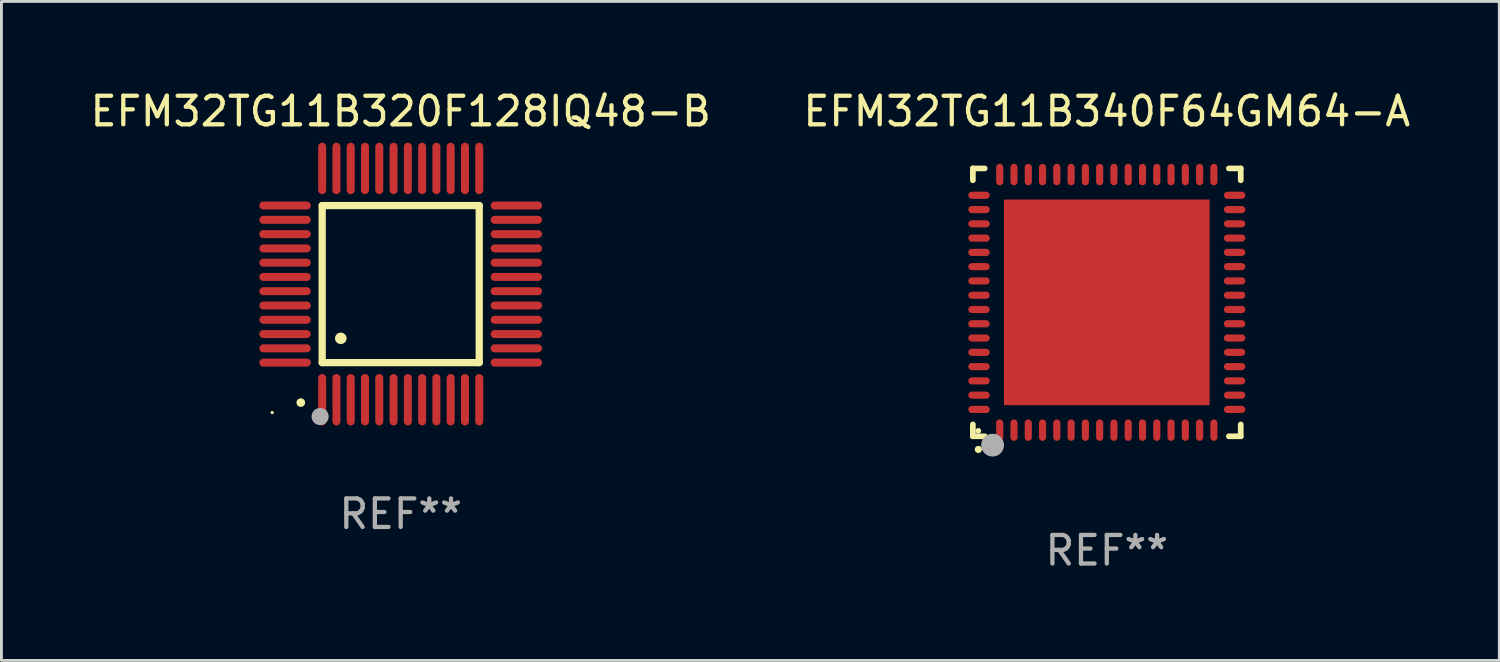
<source format=kicad_pcb>
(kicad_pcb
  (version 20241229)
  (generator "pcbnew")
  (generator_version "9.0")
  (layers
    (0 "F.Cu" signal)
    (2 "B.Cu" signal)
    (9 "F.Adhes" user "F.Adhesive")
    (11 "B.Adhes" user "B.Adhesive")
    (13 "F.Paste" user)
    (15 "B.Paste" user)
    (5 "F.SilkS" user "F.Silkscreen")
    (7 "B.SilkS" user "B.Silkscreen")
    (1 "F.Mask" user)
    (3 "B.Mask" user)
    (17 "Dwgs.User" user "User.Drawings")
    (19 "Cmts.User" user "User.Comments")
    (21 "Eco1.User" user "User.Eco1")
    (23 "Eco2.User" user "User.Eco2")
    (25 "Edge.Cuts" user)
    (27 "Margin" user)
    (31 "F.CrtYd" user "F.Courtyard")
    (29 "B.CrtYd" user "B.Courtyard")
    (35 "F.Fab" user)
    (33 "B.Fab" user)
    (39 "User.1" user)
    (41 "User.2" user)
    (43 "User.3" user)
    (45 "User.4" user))
  (footprint "EFM32TG11B320F128IQ48-B"
    (layer "F.Cu")
    (at 10.982 6.898)
    (property "Reference" "EFM32TG11B320F128IQ48-B" (at 0 -6.05 0) (layer "F.SilkS") (effects (font (size 1 1) (thickness 0.15))))
    (attr through_hole)
    (fp_line (start -2.75 -2.75) (end 2.75 -2.75) (stroke (width 0.254) (type solid)) (layer "F.SilkS"))
    (fp_line (start -2.75 2.75) (end -2.75 -2.75) (stroke (width 0.254) (type solid)) (layer "F.SilkS"))
    (fp_line (start 2.75 -2.75) (end 2.75 2.75) (stroke (width 0.254) (type solid)) (layer "F.SilkS"))
    (fp_line (start 2.75 2.75) (end -2.75 2.75) (stroke (width 0.254) (type solid)) (layer "F.SilkS"))
    (fp_arc (start -3.500127 4.150368) (mid -3.498857 4.150363) (end -3.497587 4.150368) (stroke (width 0.3) (type solid)) (layer "F.SilkS"))
    (fp_arc (start -2.100584 1.899924) (mid -2.098044 1.899908) (end -2.095504 1.899924) (stroke (width 0.4) (type solid)) (layer "F.SilkS"))
    (fp_circle (center -4.5 4.5) (end -4.47 4.5) (stroke (width 0.06) (type solid)) (fill no) (layer "F.SilkS"))
    (fp_circle (center -2.822 4.638) (end -2.672 4.638) (stroke (width 0.3) (type solid)) (fill no) (layer "F.Fab"))
    (fp_text user "REF**" (at 0 8.05 0) (layer "F.Fab") (effects (font (size 1 1) (thickness 0.15))))
    (pad "1" smd oval (at -2.75 4.05) (size 0.28 1.8) (layers "F.Cu" "F.Mask" "F.Paste"))
    (pad "2" smd oval (at -2.25 4.05) (size 0.28 1.8) (layers "F.Cu" "F.Mask" "F.Paste"))
    (pad "3" smd oval (at -1.75 4.05) (size 0.28 1.8) (layers "F.Cu" "F.Mask" "F.Paste"))
    (pad "4" smd oval (at -1.25 4.05) (size 0.28 1.8) (layers "F.Cu" "F.Mask" "F.Paste"))
    (pad "5" smd oval (at -0.75 4.05) (size 0.28 1.8) (layers "F.Cu" "F.Mask" "F.Paste"))
    (pad "6" smd oval (at -0.25 4.05) (size 0.28 1.8) (layers "F.Cu" "F.Mask" "F.Paste"))
    (pad "7" smd oval (at 0.25 4.05) (size 0.28 1.8) (layers "F.Cu" "F.Mask" "F.Paste"))
    (pad "8" smd oval (at 0.75 4.05) (size 0.28 1.8) (layers "F.Cu" "F.Mask" "F.Paste"))
    (pad "9" smd oval (at 1.25 4.05) (size 0.28 1.8) (layers "F.Cu" "F.Mask" "F.Paste"))
    (pad "10" smd oval (at 1.75 4.05) (size 0.28 1.8) (layers "F.Cu" "F.Mask" "F.Paste"))
    (pad "11" smd oval (at 2.25 4.05) (size 0.28 1.8) (layers "F.Cu" "F.Mask" "F.Paste"))
    (pad "12" smd oval (at 2.75 4.05) (size 0.28 1.8) (layers "F.Cu" "F.Mask" "F.Paste"))
    (pad "13" smd oval (at 4.05 2.75) (size 1.8 0.28) (layers "F.Cu" "F.Mask" "F.Paste"))
    (pad "14" smd oval (at 4.05 2.25) (size 1.8 0.28) (layers "F.Cu" "F.Mask" "F.Paste"))
    (pad "15" smd oval (at 4.05 1.75) (size 1.8 0.28) (layers "F.Cu" "F.Mask" "F.Paste"))
    (pad "16" smd oval (at 4.05 1.25) (size 1.8 0.28) (layers "F.Cu" "F.Mask" "F.Paste"))
    (pad "17" smd oval (at 4.05 0.75) (size 1.8 0.28) (layers "F.Cu" "F.Mask" "F.Paste"))
    (pad "18" smd oval (at 4.05 0.25) (size 1.8 0.28) (layers "F.Cu" "F.Mask" "F.Paste"))
    (pad "19" smd oval (at 4.05 -0.25) (size 1.8 0.28) (layers "F.Cu" "F.Mask" "F.Paste"))
    (pad "20" smd oval (at 4.05 -0.75) (size 1.8 0.28) (layers "F.Cu" "F.Mask" "F.Paste"))
    (pad "21" smd oval (at 4.05 -1.25) (size 1.8 0.28) (layers "F.Cu" "F.Mask" "F.Paste"))
    (pad "22" smd oval (at 4.05 -1.75) (size 1.8 0.28) (layers "F.Cu" "F.Mask" "F.Paste"))
    (pad "23" smd oval (at 4.05 -2.25) (size 1.8 0.28) (layers "F.Cu" "F.Mask" "F.Paste"))
    (pad "24" smd oval (at 4.05 -2.75) (size 1.8 0.28) (layers "F.Cu" "F.Mask" "F.Paste"))
    (pad "25" smd oval (at 2.75 -4.05) (size 0.28 1.8) (layers "F.Cu" "F.Mask" "F.Paste"))
    (pad "26" smd oval (at 2.25 -4.05) (size 0.28 1.8) (layers "F.Cu" "F.Mask" "F.Paste"))
    (pad "27" smd oval (at 1.75 -4.05) (size 0.28 1.8) (layers "F.Cu" "F.Mask" "F.Paste"))
    (pad "28" smd oval (at 1.25 -4.05) (size 0.28 1.8) (layers "F.Cu" "F.Mask" "F.Paste"))
    (pad "29" smd oval (at 0.75 -4.05) (size 0.28 1.8) (layers "F.Cu" "F.Mask" "F.Paste"))
    (pad "30" smd oval (at 0.25 -4.05) (size 0.28 1.8) (layers "F.Cu" "F.Mask" "F.Paste"))
    (pad "31" smd oval (at -0.25 -4.05) (size 0.28 1.8) (layers "F.Cu" "F.Mask" "F.Paste"))
    (pad "32" smd oval (at -0.75 -4.05) (size 0.28 1.8) (layers "F.Cu" "F.Mask" "F.Paste"))
    (pad "33" smd oval (at -1.25 -4.05) (size 0.28 1.8) (layers "F.Cu" "F.Mask" "F.Paste"))
    (pad "34" smd oval (at -1.75 -4.05) (size 0.28 1.8) (layers "F.Cu" "F.Mask" "F.Paste"))
    (pad "35" smd oval (at -2.25 -4.05) (size 0.28 1.8) (layers "F.Cu" "F.Mask" "F.Paste"))
    (pad "36" smd oval (at -2.75 -4.05) (size 0.28 1.8) (layers "F.Cu" "F.Mask" "F.Paste"))
    (pad "37" smd oval (at -4.05 -2.75) (size 1.8 0.28) (layers "F.Cu" "F.Mask" "F.Paste"))
    (pad "38" smd oval (at -4.05 -2.25) (size 1.8 0.28) (layers "F.Cu" "F.Mask" "F.Paste"))
    (pad "39" smd oval (at -4.05 -1.75) (size 1.8 0.28) (layers "F.Cu" "F.Mask" "F.Paste"))
    (pad "40" smd oval (at -4.05 -1.25) (size 1.8 0.28) (layers "F.Cu" "F.Mask" "F.Paste"))
    (pad "41" smd oval (at -4.05 -0.75) (size 1.8 0.28) (layers "F.Cu" "F.Mask" "F.Paste"))
    (pad "42" smd oval (at -4.05 -0.25) (size 1.8 0.28) (layers "F.Cu" "F.Mask" "F.Paste"))
    (pad "43" smd oval (at -4.05 0.25) (size 1.8 0.28) (layers "F.Cu" "F.Mask" "F.Paste"))
    (pad "44" smd oval (at -4.05 0.75) (size 1.8 0.28) (layers "F.Cu" "F.Mask" "F.Paste"))
    (pad "45" smd oval (at -4.05 1.25) (size 1.8 0.28) (layers "F.Cu" "F.Mask" "F.Paste"))
    (pad "46" smd oval (at -4.05 1.75) (size 1.8 0.28) (layers "F.Cu" "F.Mask" "F.Paste"))
    (pad "47" smd oval (at -4.05 2.25) (size 1.8 0.28) (layers "F.Cu" "F.Mask" "F.Paste"))
    (pad "48" smd oval (at -4.05 2.75) (size 1.8 0.28) (layers "F.Cu" "F.Mask" "F.Paste")))
  (footprint "EFM32TG11B340F64GM64-A"
    (layer "F.Cu")
    (at 35.708 7.538)
    (property "Reference" "EFM32TG11B340F64GM64-A" (at 0 -6.69 0) (layer "F.SilkS") (effects (font (size 1 1) (thickness 0.15))))
    (attr through_hole)
    (fp_line (start -4.69 -4.69) (end -4.275 -4.69) (stroke (width 0.2) (type solid)) (layer "F.SilkS"))
    (fp_line (start -4.69 -4.275) (end -4.69 -4.69) (stroke (width 0.2) (type solid)) (layer "F.SilkS"))
    (fp_line (start -4.69 4.69) (end -4.69 4.275) (stroke (width 0.2) (type solid)) (layer "F.SilkS"))
    (fp_line (start -4.275 4.69) (end -4.69 4.69) (stroke (width 0.2) (type solid)) (layer "F.SilkS"))
    (fp_line (start 4.275 4.69) (end 4.69 4.69) (stroke (width 0.2) (type solid)) (layer "F.SilkS"))
    (fp_line (start 4.69 -4.69) (end 4.275 -4.69) (stroke (width 0.2) (type solid)) (layer "F.SilkS"))
    (fp_line (start 4.69 -4.275) (end 4.69 -4.69) (stroke (width 0.2) (type solid)) (layer "F.SilkS"))
    (fp_line (start 4.69 4.69) (end 4.69 4.275) (stroke (width 0.2) (type solid)) (layer "F.SilkS"))
    (fp_arc (start -4.499886 5.15) (mid -4.498616 5.149994) (end -4.497346 5.15) (stroke (width 0.24892) (type solid)) (layer "F.SilkS"))
    (fp_circle (center -4.5 4.5) (end -4.45 4.5) (stroke (width 0.1) (type solid)) (fill no) (layer "F.SilkS"))
    (fp_circle (center -4 5) (end -3.8 5) (stroke (width 0.4) (type solid)) (fill no) (layer "F.Fab"))
    (fp_text user "REF**" (at 0 8.69 0) (layer "F.Fab") (effects (font (size 1 1) (thickness 0.15))))
    (pad "1" smd oval (at -3.75 4.475) (size 0.25 0.75) (layers "F.Cu" "F.Mask" "F.Paste"))
    (pad "2" smd oval (at -3.25 4.475) (size 0.25 0.75) (layers "F.Cu" "F.Mask" "F.Paste"))
    (pad "3" smd oval (at -2.75 4.475) (size 0.25 0.75) (layers "F.Cu" "F.Mask" "F.Paste"))
    (pad "4" smd oval (at -2.25 4.475) (size 0.25 0.75) (layers "F.Cu" "F.Mask" "F.Paste"))
    (pad "5" smd oval (at -1.75 4.475) (size 0.25 0.75) (layers "F.Cu" "F.Mask" "F.Paste"))
    (pad "6" smd oval (at -1.25 4.475) (size 0.25 0.75) (layers "F.Cu" "F.Mask" "F.Paste"))
    (pad "7" smd oval (at -0.75 4.475) (size 0.25 0.75) (layers "F.Cu" "F.Mask" "F.Paste"))
    (pad "8" smd oval (at -0.25 4.475) (size 0.25 0.75) (layers "F.Cu" "F.Mask" "F.Paste"))
    (pad "9" smd oval (at 0.25 4.475) (size 0.25 0.75) (layers "F.Cu" "F.Mask" "F.Paste"))
    (pad "10" smd oval (at 0.75 4.475) (size 0.25 0.75) (layers "F.Cu" "F.Mask" "F.Paste"))
    (pad "11" smd oval (at 1.25 4.475) (size 0.25 0.75) (layers "F.Cu" "F.Mask" "F.Paste"))
    (pad "12" smd oval (at 1.75 4.475) (size 0.25 0.75) (layers "F.Cu" "F.Mask" "F.Paste"))
    (pad "13" smd oval (at 2.25 4.475) (size 0.25 0.75) (layers "F.Cu" "F.Mask" "F.Paste"))
    (pad "14" smd oval (at 2.75 4.475) (size 0.25 0.75) (layers "F.Cu" "F.Mask" "F.Paste"))
    (pad "15" smd oval (at 3.25 4.475) (size 0.25 0.75) (layers "F.Cu" "F.Mask" "F.Paste"))
    (pad "16" smd oval (at 3.75 4.475) (size 0.25 0.75) (layers "F.Cu" "F.Mask" "F.Paste"))
    (pad "17" smd oval (at 4.475 3.75) (size 0.75 0.25) (layers "F.Cu" "F.Mask" "F.Paste"))
    (pad "18" smd oval (at 4.475 3.25) (size 0.75 0.25) (layers "F.Cu" "F.Mask" "F.Paste"))
    (pad "19" smd oval (at 4.475 2.75) (size 0.75 0.25) (layers "F.Cu" "F.Mask" "F.Paste"))
    (pad "20" smd oval (at 4.475 2.25) (size 0.75 0.25) (layers "F.Cu" "F.Mask" "F.Paste"))
    (pad "21" smd oval (at 4.475 1.75) (size 0.75 0.25) (layers "F.Cu" "F.Mask" "F.Paste"))
    (pad "22" smd oval (at 4.475 1.25) (size 0.75 0.25) (layers "F.Cu" "F.Mask" "F.Paste"))
    (pad "23" smd oval (at 4.475 0.75) (size 0.75 0.25) (layers "F.Cu" "F.Mask" "F.Paste"))
    (pad "24" smd oval (at 4.475 0.25) (size 0.75 0.25) (layers "F.Cu" "F.Mask" "F.Paste"))
    (pad "25" smd oval (at 4.475 -0.25) (size 0.75 0.25) (layers "F.Cu" "F.Mask" "F.Paste"))
    (pad "26" smd oval (at 4.475 -0.75) (size 0.75 0.25) (layers "F.Cu" "F.Mask" "F.Paste"))
    (pad "27" smd oval (at 4.475 -1.25) (size 0.75 0.25) (layers "F.Cu" "F.Mask" "F.Paste"))
    (pad "28" smd oval (at 4.475 -1.75) (size 0.75 0.25) (layers "F.Cu" "F.Mask" "F.Paste"))
    (pad "29" smd oval (at 4.475 -2.25) (size 0.75 0.25) (layers "F.Cu" "F.Mask" "F.Paste"))
    (pad "30" smd oval (at 4.475 -2.75) (size 0.75 0.25) (layers "F.Cu" "F.Mask" "F.Paste"))
    (pad "31" smd oval (at 4.475 -3.25) (size 0.75 0.25) (layers "F.Cu" "F.Mask" "F.Paste"))
    (pad "32" smd oval (at 4.475 -3.75) (size 0.75 0.25) (layers "F.Cu" "F.Mask" "F.Paste"))
    (pad "33" smd oval (at 3.75 -4.475) (size 0.25 0.75) (layers "F.Cu" "F.Mask" "F.Paste"))
    (pad "34" smd oval (at 3.25 -4.475) (size 0.25 0.75) (layers "F.Cu" "F.Mask" "F.Paste"))
    (pad "35" smd oval (at 2.75 -4.475) (size 0.25 0.75) (layers "F.Cu" "F.Mask" "F.Paste"))
    (pad "36" smd oval (at 2.25 -4.475) (size 0.25 0.75) (layers "F.Cu" "F.Mask" "F.Paste"))
    (pad "37" smd oval (at 1.75 -4.475) (size 0.25 0.75) (layers "F.Cu" "F.Mask" "F.Paste"))
    (pad "38" smd oval (at 1.25 -4.475) (size 0.25 0.75) (layers "F.Cu" "F.Mask" "F.Paste"))
    (pad "39" smd oval (at 0.75 -4.475) (size 0.25 0.75) (layers "F.Cu" "F.Mask" "F.Paste"))
    (pad "40" smd oval (at 0.25 -4.475) (size 0.25 0.75) (layers "F.Cu" "F.Mask" "F.Paste"))
    (pad "41" smd oval (at -0.25 -4.475) (size 0.25 0.75) (layers "F.Cu" "F.Mask" "F.Paste"))
    (pad "42" smd oval (at -0.75 -4.475) (size 0.25 0.75) (layers "F.Cu" "F.Mask" "F.Paste"))
    (pad "43" smd oval (at -1.25 -4.475) (size 0.25 0.75) (layers "F.Cu" "F.Mask" "F.Paste"))
    (pad "44" smd oval (at -1.75 -4.475) (size 0.25 0.75) (layers "F.Cu" "F.Mask" "F.Paste"))
    (pad "45" smd oval (at -2.25 -4.475) (size 0.25 0.75) (layers "F.Cu" "F.Mask" "F.Paste"))
    (pad "46" smd oval (at -2.75 -4.475) (size 0.25 0.75) (layers "F.Cu" "F.Mask" "F.Paste"))
    (pad "47" smd oval (at -3.25 -4.475) (size 0.25 0.75) (layers "F.Cu" "F.Mask" "F.Paste"))
    (pad "48" smd oval (at -3.75 -4.475) (size 0.25 0.75) (layers "F.Cu" "F.Mask" "F.Paste"))
    (pad "49" smd oval (at -4.475 -3.75) (size 0.75 0.25) (layers "F.Cu" "F.Mask" "F.Paste"))
    (pad "50" smd oval (at -4.475 -3.25) (size 0.75 0.25) (layers "F.Cu" "F.Mask" "F.Paste"))
    (pad "51" smd oval (at -4.475 -2.75) (size 0.75 0.25) (layers "F.Cu" "F.Mask" "F.Paste"))
    (pad "52" smd oval (at -4.475 -2.25) (size 0.75 0.25) (layers "F.Cu" "F.Mask" "F.Paste"))
    (pad "53" smd oval (at -4.475 -1.75) (size 0.75 0.25) (layers "F.Cu" "F.Mask" "F.Paste"))
    (pad "54" smd oval (at -4.475 -1.25) (size 0.75 0.25) (layers "F.Cu" "F.Mask" "F.Paste"))
    (pad "55" smd oval (at -4.475 -0.75) (size 0.75 0.25) (layers "F.Cu" "F.Mask" "F.Paste"))
    (pad "56" smd oval (at -4.475 -0.25) (size 0.75 0.25) (layers "F.Cu" "F.Mask" "F.Paste"))
    (pad "57" smd oval (at -4.475 0.25) (size 0.75 0.25) (layers "F.Cu" "F.Mask" "F.Paste"))
    (pad "58" smd oval (at -4.475 0.75) (size 0.75 0.25) (layers "F.Cu" "F.Mask" "F.Paste"))
    (pad "59" smd oval (at -4.475 1.25) (size 0.75 0.25) (layers "F.Cu" "F.Mask" "F.Paste"))
    (pad "60" smd oval (at -4.475 1.75) (size 0.75 0.25) (layers "F.Cu" "F.Mask" "F.Paste"))
    (pad "61" smd oval (at -4.475 2.25) (size 0.75 0.25) (layers "F.Cu" "F.Mask" "F.Paste"))
    (pad "62" smd oval (at -4.475 2.75) (size 0.75 0.25) (layers "F.Cu" "F.Mask" "F.Paste"))
    (pad "63" smd oval (at -4.475 3.25) (size 0.75 0.25) (layers "F.Cu" "F.Mask" "F.Paste"))
    (pad "64" smd oval (at -4.475 3.75) (size 0.75 0.25) (layers "F.Cu" "F.Mask" "F.Paste"))
    (pad "65" smd rect (at 0.000368 0.000013) (size 7.2 7.2) (layers "F.Cu" "F.Mask" "F.Paste")))
  (gr_rect
    (start -3 -3)
    (end 49.452 20.077)
    (stroke (width 0.1) (type default))
    (fill no)
    (layer "Edge.Cuts")))
</source>
